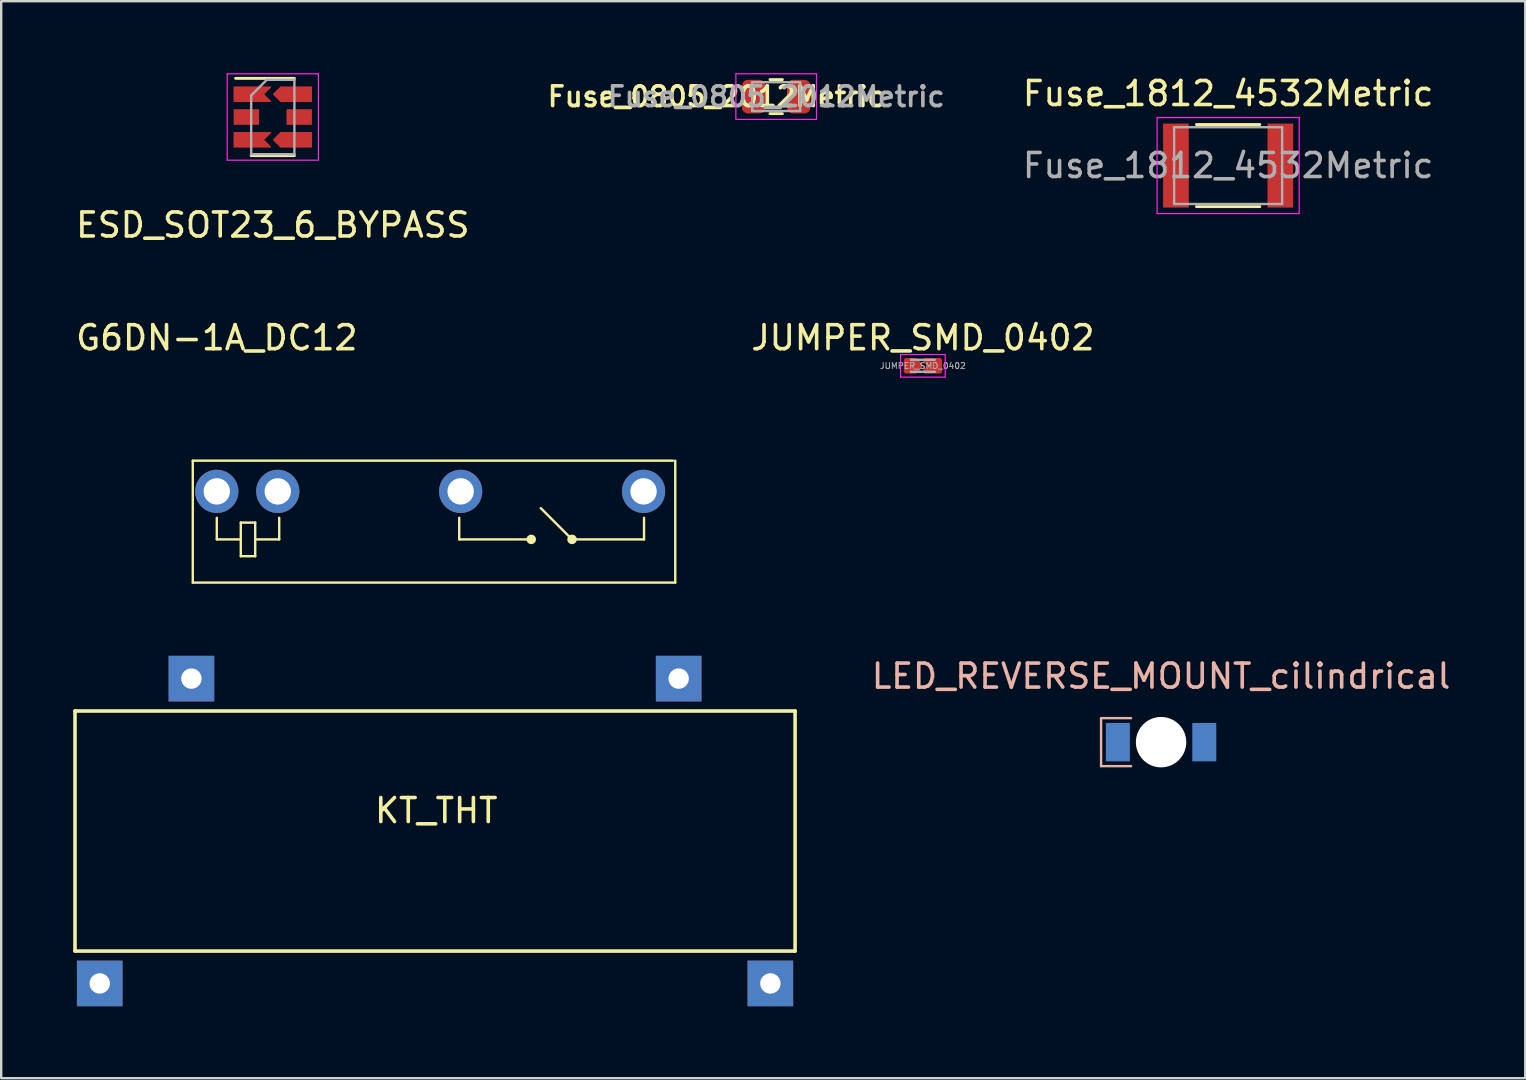
<source format=kicad_pcb>
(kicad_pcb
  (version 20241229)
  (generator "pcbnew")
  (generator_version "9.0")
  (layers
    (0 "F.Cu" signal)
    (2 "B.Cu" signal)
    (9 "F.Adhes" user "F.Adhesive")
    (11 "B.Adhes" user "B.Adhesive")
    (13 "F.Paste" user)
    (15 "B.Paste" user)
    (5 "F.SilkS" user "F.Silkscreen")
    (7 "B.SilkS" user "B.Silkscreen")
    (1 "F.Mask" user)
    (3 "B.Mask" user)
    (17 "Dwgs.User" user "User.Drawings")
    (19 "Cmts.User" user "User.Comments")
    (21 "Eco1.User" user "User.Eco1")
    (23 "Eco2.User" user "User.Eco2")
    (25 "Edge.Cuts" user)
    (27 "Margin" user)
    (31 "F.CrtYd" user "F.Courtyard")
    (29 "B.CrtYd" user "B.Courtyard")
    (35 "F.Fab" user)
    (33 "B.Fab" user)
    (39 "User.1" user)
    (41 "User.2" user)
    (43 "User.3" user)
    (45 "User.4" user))
  (footprint "Fuse_0805_2012Metric"
    (layer "F.Cu")
    (at 29.288 0.975)
    (property "Reference" "Fuse_0805_2012Metric" (at -2.5 0 180) (layer "F.SilkS") (effects (font (size 0.82 0.82) (thickness 0.153))))
    (attr smd)
    (fp_line (start -0.259 -0.71) (end 0.259 -0.71) (stroke (width 0.12) (type solid)) (layer "F.SilkS"))
    (fp_line (start -0.259 0.71) (end 0.259 0.71) (stroke (width 0.12) (type solid)) (layer "F.SilkS"))
    (fp_line (start -1.68 -0.95) (end 1.68 -0.95) (stroke (width 0.05) (type solid)) (layer "F.CrtYd"))
    (fp_line (start -1.68 0.95) (end -1.68 -0.95) (stroke (width 0.05) (type solid)) (layer "F.CrtYd"))
    (fp_line (start 1.68 -0.95) (end 1.68 0.95) (stroke (width 0.05) (type solid)) (layer "F.CrtYd"))
    (fp_line (start 1.68 0.95) (end -1.68 0.95) (stroke (width 0.05) (type solid)) (layer "F.CrtYd"))
    (fp_line (start -1 -0.6) (end 1 -0.6) (stroke (width 0.1) (type solid)) (layer "F.Fab"))
    (fp_line (start -1 0.6) (end -1 -0.6) (stroke (width 0.1) (type solid)) (layer "F.Fab"))
    (fp_line (start 1 -0.6) (end 1 0.6) (stroke (width 0.1) (type solid)) (layer "F.Fab"))
    (fp_line (start 1 0.6) (end -1 0.6) (stroke (width 0.1) (type solid)) (layer "F.Fab"))
    (fp_text user "${REFERENCE}" (at 0 0 180) (layer "F.Fab") (effects (font (size 0.82 0.82) (thickness 0.153))))
    (pad "1" smd roundrect (at -0.938 0) (size 0.975 1.4) (layers "F.Cu" "F.Mask" "F.Paste") (roundrect_rratio 0.25))
    (pad "2" smd roundrect (at 0.938 0) (size 0.975 1.4) (layers "F.Cu" "F.Mask" "F.Paste") (roundrect_rratio 0.25)))
  (footprint "Fuse_1812_4532Metric"
    (layer "F.Cu")
    (at 48.117 3.848)
    (property "Reference" "Fuse_1812_4532Metric" (at 0 -3 0) (layer "F.SilkS") (effects (font (size 1 1) (thickness 0.15))))
    (attr smd)
    (fp_line (start -1.32 -1.71) (end 1.32 -1.71) (stroke (width 0.12) (type solid)) (layer "F.SilkS"))
    (fp_line (start -1.32 1.71) (end 1.32 1.71) (stroke (width 0.12) (type solid)) (layer "F.SilkS"))
    (fp_line (start -2.96 -2) (end 2.96 -2) (stroke (width 0.05) (type solid)) (layer "F.CrtYd"))
    (fp_line (start -2.96 2) (end -2.96 -2) (stroke (width 0.05) (type solid)) (layer "F.CrtYd"))
    (fp_line (start 2.96 -2) (end 2.96 2) (stroke (width 0.05) (type solid)) (layer "F.CrtYd"))
    (fp_line (start 2.96 2) (end -2.96 2) (stroke (width 0.05) (type solid)) (layer "F.CrtYd"))
    (fp_line (start -2.25 -1.6) (end 2.25 -1.6) (stroke (width 0.1) (type solid)) (layer "F.Fab"))
    (fp_line (start -2.25 1.6) (end -2.25 -1.6) (stroke (width 0.1) (type solid)) (layer "F.Fab"))
    (fp_line (start 2.25 -1.6) (end 2.25 1.6) (stroke (width 0.1) (type solid)) (layer "F.Fab"))
    (fp_line (start 2.25 1.6) (end -2.25 1.6) (stroke (width 0.1) (type solid)) (layer "F.Fab"))
    (fp_text user "${REFERENCE}" (at 0 0 0) (layer "F.Fab") (effects (font (size 1 1) (thickness 0.15))))
    (pad "1" smd rect (at -2.175 0) (size 1.07 3.5) (layers "F.Cu" "F.Mask" "F.Paste"))
    (pad "2" smd rect (at 2.175 0) (size 1.07 3.5) (layers "F.Cu" "F.Mask" "F.Paste")))
  (footprint "LED_REVERSE_MOUNT_cilindrical"
    (layer "F.Cu")
    (at 45.323 27.87)
    (property "Reference" "LED_REVERSE_MOUNT_cilindrical" (at 0 -2.75 0) (layer "B.SilkS") (effects (font (size 1 1) (thickness 0.15))))
    (attr through_hole)
    (fp_line (start -2.5 -1) (end -2.5 1) (stroke (width 0.1) (type solid)) (layer "B.SilkS"))
    (fp_line (start -2.5 1) (end -1.25 1) (stroke (width 0.1) (type solid)) (layer "B.SilkS"))
    (fp_line (start -1.25 -1) (end -2.5 -1) (stroke (width 0.1) (type solid)) (layer "B.SilkS"))
    (pad "" np_thru_hole circle (at 0 0) (size 2.1 2.1) (drill 2.1) (layers "*.Cu" "*.Mask"))
    (pad "1" smd rect (at -1.8 0) (size 1 1.6) (layers "B.Cu" "B.Mask" "B.Paste"))
    (pad "2" smd rect (at 1.8 0) (size 1 1.6) (layers "B.Cu" "B.Mask" "B.Paste")))
  (footprint "KT_THT"
    (layer "F.Cu")
    (at 15.075 31.572)
    (property "Reference" "KT_THT" (at 0.05 -0.85 0) (layer "F.SilkS") (effects (font (size 1 1) (thickness 0.15))))
    (attr through_hole)
    (fp_line (start -15 -5) (end 15 -5) (stroke (width 0.15) (type solid)) (layer "F.SilkS"))
    (fp_line (start -15 5) (end -15 -5) (stroke (width 0.15) (type solid)) (layer "F.SilkS"))
    (fp_line (start 15 -5) (end 15 5) (stroke (width 0.15) (type solid)) (layer "F.SilkS"))
    (fp_line (start 15 5) (end -15 5) (stroke (width 0.15) (type solid)) (layer "F.SilkS"))
    (pad "1" thru_hole rect (at 10.15 -6.35) (size 1.9 1.9) (drill 0.85) (layers "*.Cu" "*.Mask"))
    (pad "2" thru_hole rect (at -10.15 -6.35) (size 1.9 1.9) (drill 0.85) (layers "*.Cu" "*.Mask"))
    (pad "3" thru_hole rect (at 13.97 6.35) (size 1.9 1.9) (drill 0.85) (layers "*.Cu" "*.Mask"))
    (pad "4" thru_hole rect (at -13.97 6.35) (size 1.9 1.9) (drill 0.85) (layers "*.Cu" "*.Mask")))
  (footprint "G6DN-1A_DC12"
    (layer "F.Cu")
    (at 5.982 17.422)
    (property "Reference" "G6DN-1A_DC12" (at 0 -6.4 0) (layer "F.SilkS") (effects (font (size 1 1) (thickness 0.15))))
    (attr through_hole)
    (fp_line (start -1 -1.28) (end 19 -1.28) (stroke (width 0.1) (type solid)) (layer "F.SilkS"))
    (fp_line (start -1 3.8) (end -1 -1.28) (stroke (width 0.1) (type solid)) (layer "F.SilkS"))
    (fp_line (start -1 3.8) (end 19.1 3.8) (stroke (width 0.1) (type solid)) (layer "F.SilkS"))
    (fp_line (start 0 1.1) (end 0 2) (stroke (width 0.1) (type solid)) (layer "F.SilkS"))
    (fp_line (start 0 2) (end 1 2) (stroke (width 0.1) (type solid)) (layer "F.SilkS"))
    (fp_line (start 1 1.3) (end 1.6 1.3) (stroke (width 0.1) (type solid)) (layer "F.SilkS"))
    (fp_line (start 1 2.7) (end 1 1.3) (stroke (width 0.1) (type solid)) (layer "F.SilkS"))
    (fp_line (start 1.6 1.3) (end 1.6 2.7) (stroke (width 0.1) (type solid)) (layer "F.SilkS"))
    (fp_line (start 1.6 2) (end 2.6 2) (stroke (width 0.1) (type solid)) (layer "F.SilkS"))
    (fp_line (start 1.6 2.7) (end 1 2.7) (stroke (width 0.1) (type solid)) (layer "F.SilkS"))
    (fp_line (start 2.6 1.1) (end 2.6 2) (stroke (width 0.1) (type solid)) (layer "F.SilkS"))
    (fp_line (start 10.1 1.1) (end 10.1 2) (stroke (width 0.1) (type solid)) (layer "F.SilkS"))
    (fp_line (start 10.1 2) (end 13.1 2) (stroke (width 0.1) (type solid)) (layer "F.SilkS"))
    (fp_line (start 14.8 2) (end 13.5 0.7) (stroke (width 0.1) (type solid)) (layer "F.SilkS"))
    (fp_line (start 14.8 2) (end 17.8 2) (stroke (width 0.1) (type solid)) (layer "F.SilkS"))
    (fp_line (start 17.8 1.1) (end 17.8 2) (stroke (width 0.1) (type solid)) (layer "F.SilkS"))
    (fp_line (start 19.1 -1.28) (end 19.1 3.8) (stroke (width 0.1) (type solid)) (layer "F.SilkS"))
    (fp_circle (center 13.1 2) (end 13.2 2) (stroke (width 0.2) (type solid)) (fill no) (layer "F.SilkS"))
    (fp_circle (center 14.8 2) (end 14.9 2) (stroke (width 0.2) (type solid)) (fill no) (layer "F.SilkS"))
    (pad "1" thru_hole circle (at 0 0) (size 1.8 1.8) (drill 1.1) (layers "*.Cu" "*.Mask"))
    (pad "2" thru_hole circle (at 2.54 0) (size 1.8 1.8) (drill 1.1) (layers "*.Cu" "*.Mask"))
    (pad "3" thru_hole circle (at 10.16 0) (size 1.8 1.8) (drill 1.1) (layers "*.Cu" "*.Mask"))
    (pad "4" thru_hole circle (at 17.78 0) (size 1.8 1.8) (drill 1.1) (layers "*.Cu" "*.Mask")))
  (footprint "ESD_SOT23_6_BYPASS"
    (layer "F.Cu")
    (at 8.315 1.825)
    (property "Reference" "ESD_SOT23_6_BYPASS" (at 0 4.5 0) (layer "F.SilkS") (effects (font (size 1 1) (thickness 0.15))))
    (attr through_hole)
    (fp_line (start -0.9 1.61) (end 0.9 1.61) (stroke (width 0.12) (type solid)) (layer "F.SilkS"))
    (fp_line (start 0.9 -1.61) (end -1.55 -1.61) (stroke (width 0.12) (type solid)) (layer "F.SilkS"))
    (fp_line (start -1.9 -1.8) (end -1.9 1.8) (stroke (width 0.05) (type solid)) (layer "F.CrtYd"))
    (fp_line (start -1.9 1.8) (end 1.9 1.8) (stroke (width 0.05) (type solid)) (layer "F.CrtYd"))
    (fp_line (start 1.9 -1.8) (end -1.9 -1.8) (stroke (width 0.05) (type solid)) (layer "F.CrtYd"))
    (fp_line (start 1.9 1.8) (end 1.9 -1.8) (stroke (width 0.05) (type solid)) (layer "F.CrtYd"))
    (fp_line (start -0.9 -0.9) (end -0.9 1.55) (stroke (width 0.1) (type solid)) (layer "F.Fab"))
    (fp_line (start -0.9 -0.9) (end -0.25 -1.55) (stroke (width 0.1) (type solid)) (layer "F.Fab"))
    (fp_line (start 0.9 -1.55) (end -0.25 -1.55) (stroke (width 0.1) (type solid)) (layer "F.Fab"))
    (fp_line (start 0.9 -1.55) (end 0.9 1.55) (stroke (width 0.1) (type solid)) (layer "F.Fab"))
    (fp_line (start 0.9 1.55) (end -0.9 1.55) (stroke (width 0.1) (type solid)) (layer "F.Fab"))
    (pad "1" smd custom (at -1.1 -0.95) (size 0.5 0.4) (layers "F.Cu" "F.Mask" "F.Paste") (options (anchor rect)) (primitives (gr_poly (pts (xy -0.51 -0.3) (xy 1.01 -0.3) (xy 0.71 0) (xy 1.01 0.3) (xy -0.51 0.3)) (width 0.05) (fill yes))))
    (pad "2" smd rect (at -1.1 0) (size 1.06 0.65) (layers "F.Cu" "F.Mask" "F.Paste"))
    (pad "3" smd custom (at -1.1 0.95) (size 0.5 0.4) (layers "F.Cu" "F.Mask" "F.Paste") (options (anchor rect)) (primitives (gr_poly (pts (xy -0.51 -0.3) (xy 1.01 -0.3) (xy 0.71 0) (xy 1.01 0.3) (xy -0.51 0.3)) (width 0.05) (fill yes))))
    (pad "4" smd custom (at 1.1 0.95) (size 0.5 0.4) (layers "F.Cu" "F.Mask" "F.Paste") (options (anchor rect)) (primitives (gr_poly (pts (xy 0.51 -0.3) (xy 0.51 0.3) (xy -0.77 0.3) (xy -1.07 0) (xy -0.77 -0.3)) (width 0.05) (fill yes))))
    (pad "5" smd rect (at 1.1 0) (size 1.06 0.65) (layers "F.Cu" "F.Mask" "F.Paste"))
    (pad "6" smd custom (at 1.1 -0.95) (size 0.5 0.4) (layers "F.Cu" "F.Mask" "F.Paste") (options (anchor rect)) (primitives (gr_poly (pts (xy 0.51 -0.3) (xy 0.51 0.3) (xy -0.77 0.3) (xy -1.07 0) (xy -0.77 -0.3)) (width 0.05) (fill yes)))))
  (footprint "JUMPER_SMD_0402"
    (layer "F.Cu")
    (at 35.4 12.191)
    (property "Reference" "JUMPER_SMD_0402" (at 0 -1.17 0) (layer "F.SilkS") (effects (font (size 1 1) (thickness 0.15))))
    (attr smd)
    (fp_line (start -0.93 -0.47) (end 0.93 -0.47) (stroke (width 0.05) (type solid)) (layer "F.CrtYd"))
    (fp_line (start -0.93 0.47) (end -0.93 -0.47) (stroke (width 0.05) (type solid)) (layer "F.CrtYd"))
    (fp_line (start 0.93 -0.47) (end 0.93 0.47) (stroke (width 0.05) (type solid)) (layer "F.CrtYd"))
    (fp_line (start 0.93 0.47) (end -0.93 0.47) (stroke (width 0.05) (type solid)) (layer "F.CrtYd"))
    (fp_line (start -0.5 -0.25) (end 0.5 -0.25) (stroke (width 0.1) (type solid)) (layer "F.Fab"))
    (fp_line (start 0.5 0.25) (end -0.5 0.25) (stroke (width 0.1) (type solid)) (layer "F.Fab"))
    (fp_text user "${REFERENCE}" (at 0 0 0) (layer "F.Fab") (effects (font (size 0.25 0.25) (thickness 0.04))))
    (pad "1" smd custom (at -0.485 0) (size 0.59 0.64) (layers "F.Cu" "F.Mask" "F.Paste") (options (anchor circle)) (primitives (gr_poly (pts (xy -0.215 -0.225) (xy 0.185 -0.225) (xy 0.385 0) (xy 0.185 0.225) (xy -0.215 0.225)) (width 0.2) (fill yes)) (gr_line (start -0.015 0.25) (end -0.015 -0.25) (width 0.1))))
    (pad "2" smd custom (at 0.485 0) (size 0.59 0.64) (layers "F.Cu" "F.Mask" "F.Paste") (options (anchor circle)) (primitives (gr_poly (pts (xy 0.215 0.225) (xy -0.385 0.225) (xy -0.16 0) (xy -0.385 -0.225) (xy 0.215 -0.225)) (width 0.2) (fill yes)) (gr_line (start 0.015 -0.25) (end 0.015 0.25) (width 0.1)))))
  (gr_rect
    (start -3 -3)
    (end 60.495 41.871)
    (stroke (width 0.1) (type default))
    (fill no)
    (layer "Edge.Cuts")))
</source>
